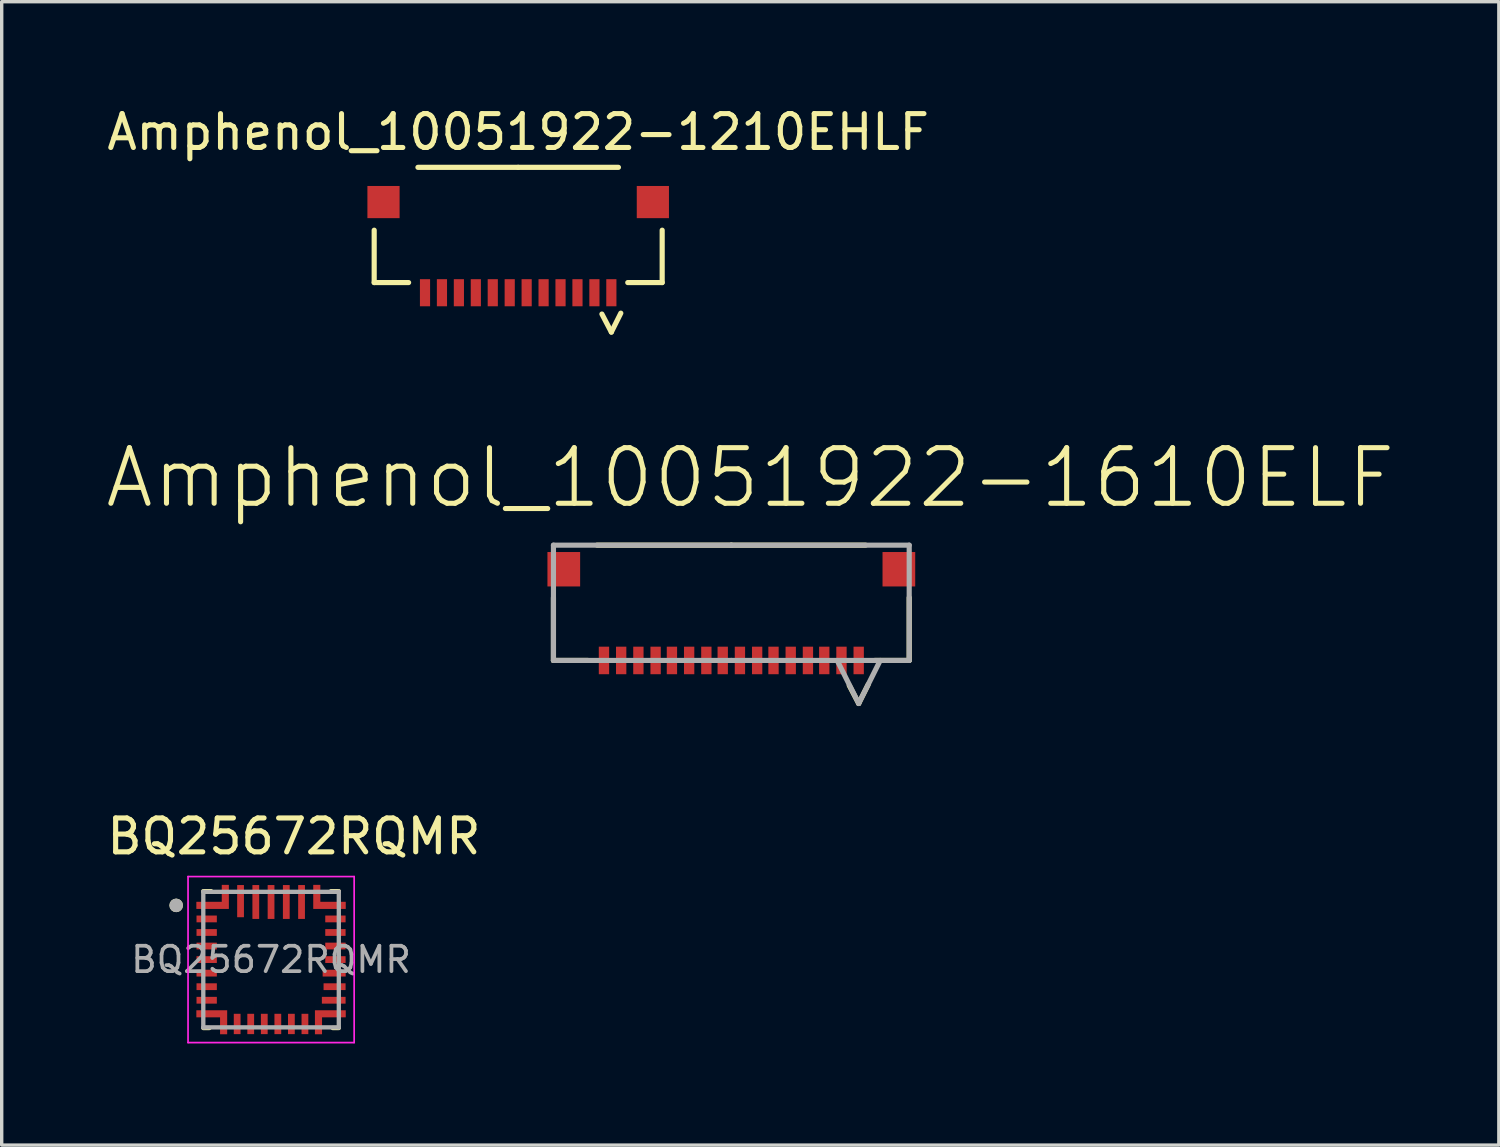
<source format=kicad_pcb>
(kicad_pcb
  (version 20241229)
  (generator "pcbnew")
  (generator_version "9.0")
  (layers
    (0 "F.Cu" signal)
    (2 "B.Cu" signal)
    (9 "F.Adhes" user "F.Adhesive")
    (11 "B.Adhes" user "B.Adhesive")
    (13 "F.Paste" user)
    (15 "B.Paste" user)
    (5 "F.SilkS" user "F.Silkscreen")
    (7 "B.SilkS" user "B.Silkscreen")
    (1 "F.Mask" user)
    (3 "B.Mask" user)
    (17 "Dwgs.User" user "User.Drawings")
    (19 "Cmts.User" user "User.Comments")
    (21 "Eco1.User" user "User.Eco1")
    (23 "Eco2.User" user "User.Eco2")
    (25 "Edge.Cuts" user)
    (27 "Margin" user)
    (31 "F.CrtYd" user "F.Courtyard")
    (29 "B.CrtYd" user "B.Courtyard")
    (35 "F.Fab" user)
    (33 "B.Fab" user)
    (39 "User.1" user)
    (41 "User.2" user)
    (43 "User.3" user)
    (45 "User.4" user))
  (footprint "Amphenol_10051922-1610ELF"
    (layer "F.Cu")
    (at 18.535 14.716)
    (property "Reference" "Amphenol_10051922-1610ELF" (at 0.559 -3.664 0) (layer "F.SilkS") (effects (font (size 1.641 1.641) (thickness 0.15))))
    (attr through_hole)
    (fp_line (start -5.25 1.727) (end -5.25 -0.127) (stroke (width 0.152) (type solid)) (layer "F.SilkS"))
    (fp_line (start -5.25 1.727) (end -4.234 1.727) (stroke (width 0.152) (type solid)) (layer "F.SilkS"))
    (fp_line (start 0 -1.676) (end -3.962 -1.676) (stroke (width 0.152) (type solid)) (layer "F.SilkS"))
    (fp_line (start 3.48 2.464) (end 3.759 2.997) (stroke (width 0.152) (type solid)) (layer "F.SilkS"))
    (fp_line (start 3.962 -1.676) (end 0 -1.676) (stroke (width 0.152) (type solid)) (layer "F.SilkS"))
    (fp_line (start 4.039 2.438) (end 3.759 2.997) (stroke (width 0.152) (type solid)) (layer "F.SilkS"))
    (fp_line (start 4.234 1.727) (end 5.25 1.727) (stroke (width 0.152) (type solid)) (layer "F.SilkS"))
    (fp_line (start 5.25 1.727) (end 5.25 -0.127) (stroke (width 0.152) (type solid)) (layer "F.SilkS"))
    (fp_line (start -5.25 -1.676) (end 0 -1.676) (stroke (width 0.152) (type solid)) (layer "F.Fab"))
    (fp_line (start -5.25 1.727) (end -5.25 -1.676) (stroke (width 0.152) (type solid)) (layer "F.Fab"))
    (fp_line (start -5.25 1.727) (end 0 1.727) (stroke (width 0.152) (type solid)) (layer "F.Fab"))
    (fp_line (start 0 -1.676) (end 5.25 -1.676) (stroke (width 0.152) (type solid)) (layer "F.Fab"))
    (fp_line (start 0 1.727) (end 5.25 1.727) (stroke (width 0.152) (type solid)) (layer "F.Fab"))
    (fp_line (start 3.124 1.727) (end 3.759 2.997) (stroke (width 0.152) (type solid)) (layer "F.Fab"))
    (fp_line (start 4.394 1.727) (end 3.759 2.997) (stroke (width 0.152) (type solid)) (layer "F.Fab"))
    (fp_line (start 5.25 1.727) (end 5.25 -1.676) (stroke (width 0.152) (type solid)) (layer "F.Fab"))
    (pad "1" smd rect (at 3.759 1.727 270) (size 0.813 0.305) (layers "F.Cu" "F.Mask" "F.Paste"))
    (pad "2" smd rect (at 3.251 1.727 270) (size 0.813 0.305) (layers "F.Cu" "F.Mask" "F.Paste"))
    (pad "3" smd rect (at 2.743 1.727 270) (size 0.813 0.305) (layers "F.Cu" "F.Mask" "F.Paste"))
    (pad "4" smd rect (at 2.261 1.727 270) (size 0.813 0.305) (layers "F.Cu" "F.Mask" "F.Paste"))
    (pad "5" smd rect (at 1.753 1.727 270) (size 0.813 0.305) (layers "F.Cu" "F.Mask" "F.Paste"))
    (pad "6" smd rect (at 1.245 1.727 270) (size 0.813 0.305) (layers "F.Cu" "F.Mask" "F.Paste"))
    (pad "7" smd rect (at 0.762 1.727 270) (size 0.813 0.305) (layers "F.Cu" "F.Mask" "F.Paste"))
    (pad "8" smd rect (at 0.254 1.727 270) (size 0.813 0.305) (layers "F.Cu" "F.Mask" "F.Paste"))
    (pad "9" smd rect (at -0.254 1.727 270) (size 0.813 0.305) (layers "F.Cu" "F.Mask" "F.Paste"))
    (pad "10" smd rect (at -0.737 1.727 270) (size 0.813 0.305) (layers "F.Cu" "F.Mask" "F.Paste"))
    (pad "11" smd rect (at -1.245 1.727 270) (size 0.813 0.305) (layers "F.Cu" "F.Mask" "F.Paste"))
    (pad "12" smd rect (at -1.753 1.727 270) (size 0.813 0.305) (layers "F.Cu" "F.Mask" "F.Paste"))
    (pad "13" smd rect (at -2.235 1.727 270) (size 0.813 0.305) (layers "F.Cu" "F.Mask" "F.Paste"))
    (pad "14" smd rect (at -2.743 1.727 270) (size 0.813 0.305) (layers "F.Cu" "F.Mask" "F.Paste"))
    (pad "15" smd rect (at -3.251 1.727 270) (size 0.813 0.305) (layers "F.Cu" "F.Mask" "F.Paste"))
    (pad "16" smd rect (at -3.759 1.727 270) (size 0.813 0.305) (layers "F.Cu" "F.Mask" "F.Paste"))
    (pad "MP" smd rect (at -4.945 -0.965) (size 0.965 1.016) (layers "F.Cu" "F.Mask" "F.Paste"))
    (pad "MP" smd rect (at 4.945 -0.965) (size 0.965 1.016) (layers "F.Cu" "F.Mask" "F.Paste")))
  (footprint "Amphenol_10051922-1210EHLF"
    (layer "F.Cu")
    (at 12.244 4.252)
    (property "Reference" "Amphenol_10051922-1210EHLF" (at 0 -3.404 0) (layer "F.SilkS") (effects (font (size 1 1) (thickness 0.15))))
    (attr smd)
    (fp_line (start -4.25 1.038) (end -4.25 -0.508) (stroke (width 0.152) (type solid)) (layer "F.SilkS"))
    (fp_line (start -4.25 1.038) (end -3.234 1.038) (stroke (width 0.152) (type solid)) (layer "F.SilkS"))
    (fp_line (start 0 -2.363) (end -2.959 -2.363) (stroke (width 0.152) (type solid)) (layer "F.SilkS"))
    (fp_line (start 0 -2.363) (end 2.959 -2.363) (stroke (width 0.152) (type solid)) (layer "F.SilkS"))
    (fp_line (start 2.471 1.967) (end 2.75 2.5) (stroke (width 0.152) (type solid)) (layer "F.SilkS"))
    (fp_line (start 3.029 1.941) (end 2.75 2.5) (stroke (width 0.152) (type solid)) (layer "F.SilkS"))
    (fp_line (start 3.234 1.038) (end 4.25 1.038) (stroke (width 0.152) (type solid)) (layer "F.SilkS"))
    (fp_line (start 4.25 1.038) (end 4.25 -0.508) (stroke (width 0.152) (type solid)) (layer "F.SilkS"))
    (pad "1" smd rect (at 2.75 1.338 180) (size 0.3 0.8) (layers "F.Cu" "F.Mask" "F.Paste"))
    (pad "2" smd rect (at 2.25 1.338 180) (size 0.3 0.8) (layers "F.Cu" "F.Mask" "F.Paste"))
    (pad "3" smd rect (at 1.75 1.338 180) (size 0.3 0.8) (layers "F.Cu" "F.Mask" "F.Paste"))
    (pad "4" smd rect (at 1.25 1.338 180) (size 0.3 0.8) (layers "F.Cu" "F.Mask" "F.Paste"))
    (pad "5" smd rect (at 0.75 1.338 180) (size 0.3 0.8) (layers "F.Cu" "F.Mask" "F.Paste"))
    (pad "6" smd rect (at 0.25 1.338 180) (size 0.3 0.8) (layers "F.Cu" "F.Mask" "F.Paste"))
    (pad "7" smd rect (at -0.25 1.338 180) (size 0.3 0.8) (layers "F.Cu" "F.Mask" "F.Paste"))
    (pad "8" smd rect (at -0.75 1.338 180) (size 0.3 0.8) (layers "F.Cu" "F.Mask" "F.Paste"))
    (pad "9" smd rect (at -1.25 1.338 180) (size 0.3 0.8) (layers "F.Cu" "F.Mask" "F.Paste"))
    (pad "10" smd rect (at -1.75 1.338 180) (size 0.3 0.8) (layers "F.Cu" "F.Mask" "F.Paste"))
    (pad "11" smd rect (at -2.25 1.338 180) (size 0.3 0.8) (layers "F.Cu" "F.Mask" "F.Paste"))
    (pad "12" smd rect (at -2.75 1.338 180) (size 0.3 0.8) (layers "F.Cu" "F.Mask" "F.Paste"))
    (pad "MP" smd rect (at -3.975 -1.338 180) (size 0.95 0.95) (layers "F.Cu" "F.Mask" "F.Paste"))
    (pad "MP" smd rect (at 3.975 -1.338 180) (size 0.95 0.95) (layers "F.Cu" "F.Mask" "F.Paste")))
  (footprint "BQ25672RQMR"
    (layer "F.Cu")
    (at 4.95 25.272)
    (property "Reference" "BQ25672RQMR" (at 0.675 -3.635 0) (layer "F.SilkS") (effects (font (size 1 1) (thickness 0.15))))
    (attr smd)
    (fp_poly (pts (xy -2.25 -1.35) (xy -1.55 -1.35) (xy -1.55 -1.05) (xy -2.25 -1.05)) (stroke (width 0.01) (type solid)) (fill yes) (layer "F.Mask"))
    (fp_poly (pts (xy -2.25 -0.95) (xy -1.55 -0.95) (xy -1.55 -0.65) (xy -2.25 -0.65)) (stroke (width 0.01) (type solid)) (fill yes) (layer "F.Mask"))
    (fp_poly (pts (xy -2.25 -0.55) (xy -1.55 -0.55) (xy -1.55 -0.25) (xy -2.25 -0.25)) (stroke (width 0.01) (type solid)) (fill yes) (layer "F.Mask"))
    (fp_poly (pts (xy -2.25 -0.15) (xy -1.55 -0.15) (xy -1.55 0.15) (xy -2.25 0.15)) (stroke (width 0.01) (type solid)) (fill yes) (layer "F.Mask"))
    (fp_poly (pts (xy -2.25 0.25) (xy -1.55 0.25) (xy -1.55 0.55) (xy -2.25 0.55)) (stroke (width 0.01) (type solid)) (fill yes) (layer "F.Mask"))
    (fp_poly (pts (xy -2.25 0.65) (xy -1.55 0.65) (xy -1.55 0.95) (xy -2.25 0.95)) (stroke (width 0.01) (type solid)) (fill yes) (layer "F.Mask"))
    (fp_poly (pts (xy -2.25 1.05) (xy -1.55 1.05) (xy -1.55 1.35) (xy -2.25 1.35)) (stroke (width 0.01) (type solid)) (fill yes) (layer "F.Mask"))
    (fp_poly (pts (xy -1.15 1.55) (xy -0.85 1.55) (xy -0.85 2.25) (xy -1.15 2.25)) (stroke (width 0.01) (type solid)) (fill yes) (layer "F.Mask"))
    (fp_poly (pts (xy -1.05 -2.25) (xy -0.75 -2.25) (xy -0.75 -1.2) (xy -1.05 -1.2)) (stroke (width 0.01) (type solid)) (fill yes) (layer "F.Mask"))
    (fp_poly (pts (xy -0.75 1.55) (xy -0.45 1.55) (xy -0.45 2.25) (xy -0.75 2.25)) (stroke (width 0.01) (type solid)) (fill yes) (layer "F.Mask"))
    (fp_poly (pts (xy -0.6 -2.25) (xy -0.3 -2.25) (xy -0.3 -1.15) (xy -0.6 -1.15)) (stroke (width 0.01) (type solid)) (fill yes) (layer "F.Mask"))
    (fp_poly (pts (xy -0.35 1.55) (xy -0.05 1.55) (xy -0.05 2.25) (xy -0.35 2.25)) (stroke (width 0.01) (type solid)) (fill yes) (layer "F.Mask"))
    (fp_poly (pts (xy -0.15 -2.25) (xy 0.15 -2.25) (xy 0.15 -1.15) (xy -0.15 -1.15)) (stroke (width 0.01) (type solid)) (fill yes) (layer "F.Mask"))
    (fp_poly (pts (xy 0.05 1.55) (xy 0.35 1.55) (xy 0.35 2.25) (xy 0.05 2.25)) (stroke (width 0.01) (type solid)) (fill yes) (layer "F.Mask"))
    (fp_poly (pts (xy 0.3 -2.25) (xy 0.6 -2.25) (xy 0.6 -1.15) (xy 0.3 -1.15)) (stroke (width 0.01) (type solid)) (fill yes) (layer "F.Mask"))
    (fp_poly (pts (xy 0.45 1.55) (xy 0.75 1.55) (xy 0.75 2.25) (xy 0.45 2.25)) (stroke (width 0.01) (type solid)) (fill yes) (layer "F.Mask"))
    (fp_poly (pts (xy 0.75 -2.25) (xy 1.05 -2.25) (xy 1.05 -1.15) (xy 0.75 -1.15)) (stroke (width 0.01) (type solid)) (fill yes) (layer "F.Mask"))
    (fp_poly (pts (xy 0.85 1.55) (xy 1.15 1.55) (xy 1.15 2.25) (xy 0.85 2.25)) (stroke (width 0.01) (type solid)) (fill yes) (layer "F.Mask"))
    (fp_poly (pts (xy 1.45 1.05) (xy 2.25 1.05) (xy 2.25 1.35) (xy 1.45 1.35)) (stroke (width 0.01) (type solid)) (fill yes) (layer "F.Mask"))
    (fp_poly (pts (xy 1.472 0.25) (xy 2.252 0.25) (xy 2.252 0.55) (xy 1.472 0.55)) (stroke (width 0.01) (type solid)) (fill yes) (layer "F.Mask"))
    (fp_poly (pts (xy 1.5 0.65) (xy 2.25 0.65) (xy 2.25 0.95) (xy 1.5 0.95)) (stroke (width 0.01) (type solid)) (fill yes) (layer "F.Mask"))
    (fp_poly (pts (xy 1.55 -1.35) (xy 2.25 -1.35) (xy 2.25 -1.05) (xy 1.55 -1.05)) (stroke (width 0.01) (type solid)) (fill yes) (layer "F.Mask"))
    (fp_poly (pts (xy 1.55 -0.95) (xy 2.25 -0.95) (xy 2.25 -0.65) (xy 1.55 -0.65)) (stroke (width 0.01) (type solid)) (fill yes) (layer "F.Mask"))
    (fp_poly (pts (xy 1.55 -0.55) (xy 2.25 -0.55) (xy 2.25 -0.25) (xy 1.55 -0.25)) (stroke (width 0.01) (type solid)) (fill yes) (layer "F.Mask"))
    (fp_poly (pts (xy 1.55 -0.15) (xy 2.25 -0.15) (xy 2.25 0.15) (xy 1.55 0.15)) (stroke (width 0.01) (type solid)) (fill yes) (layer "F.Mask"))
    (fp_poly (pts (xy 1.55 -0.15) (xy 2.25 -0.15) (xy 2.25 0.15) (xy 1.55 0.15)) (stroke (width 0.01) (type solid)) (fill yes) (layer "F.Mask"))
    (fp_poly (pts (xy -2.25 -1.75) (xy -1.5 -1.75) (xy -1.5 -2.25) (xy -1.2 -2.25) (xy -1.2 -1.45) (xy -2.25 -1.45)) (stroke (width 0.01) (type solid)) (fill yes) (layer "F.Mask"))
    (fp_poly (pts (xy -2.25 1.45) (xy -1.25 1.45) (xy -1.25 2.25) (xy -1.55 2.25) (xy -1.55 1.75) (xy -2.25 1.75)) (stroke (width 0.01) (type solid)) (fill yes) (layer "F.Mask"))
    (fp_poly (pts (xy 2.25 -1.75) (xy 1.5 -1.75) (xy 1.5 -2.25) (xy 1.2 -2.25) (xy 1.2 -1.45) (xy 2.25 -1.45)) (stroke (width 0.01) (type solid)) (fill yes) (layer "F.Mask"))
    (fp_poly (pts (xy 2.25 1.45) (xy 1.25 1.45) (xy 1.25 2.25) (xy 1.55 2.25) (xy 1.55 1.75) (xy 2.25 1.75)) (stroke (width 0.01) (type solid)) (fill yes) (layer "F.Mask"))
    (fp_line (start -1.82 2.02) (end -2 2.02) (stroke (width 0.127) (type solid)) (layer "F.SilkS"))
    (fp_line (start -1.77 -2.02) (end -2 -2.02) (stroke (width 0.127) (type solid)) (layer "F.SilkS"))
    (fp_line (start 1.77 -2.02) (end 2 -2.02) (stroke (width 0.127) (type solid)) (layer "F.SilkS"))
    (fp_line (start 1.82 2.02) (end 2 2.02) (stroke (width 0.127) (type solid)) (layer "F.SilkS"))
    (fp_circle (center -2.8 -1.6) (end -2.7 -1.6) (stroke (width 0.2) (type solid)) (fill no) (layer "F.SilkS"))
    (fp_poly (pts (xy -2.2 -1.7) (xy -1.45 -1.7) (xy -1.45 -2.2) (xy -1.25 -2.2) (xy -1.25 -1.5) (xy -2.2 -1.5)) (stroke (width 0.01) (type solid)) (fill yes) (layer "F.Paste"))
    (fp_poly (pts (xy -2.2 1.5) (xy -1.3 1.5) (xy -1.3 2.2) (xy -1.5 2.2) (xy -1.5 1.7) (xy -2.2 1.7)) (stroke (width 0.01) (type solid)) (fill yes) (layer "F.Paste"))
    (fp_poly (pts (xy 2.2 -1.7) (xy 1.45 -1.7) (xy 1.45 -2.2) (xy 1.25 -2.2) (xy 1.25 -1.5) (xy 2.2 -1.5)) (stroke (width 0.01) (type solid)) (fill yes) (layer "F.Paste"))
    (fp_poly (pts (xy 2.2 1.5) (xy 1.3 1.5) (xy 1.3 2.2) (xy 1.5 2.2) (xy 1.5 1.7) (xy 2.2 1.7)) (stroke (width 0.01) (type solid)) (fill yes) (layer "F.Paste"))
    (fp_line (start -2.45 -2.45) (end -2.45 2.45) (stroke (width 0.05) (type solid)) (layer "F.CrtYd"))
    (fp_line (start -2.45 2.45) (end 2.453 2.45) (stroke (width 0.05) (type solid)) (layer "F.CrtYd"))
    (fp_line (start 2.453 -2.45) (end -2.45 -2.45) (stroke (width 0.05) (type solid)) (layer "F.CrtYd"))
    (fp_line (start 2.453 2.45) (end 2.453 -2.45) (stroke (width 0.05) (type solid)) (layer "F.CrtYd"))
    (fp_line (start -2 -2) (end 2 -2) (stroke (width 0.127) (type solid)) (layer "F.Fab"))
    (fp_line (start -2 2) (end -2 -2) (stroke (width 0.127) (type solid)) (layer "F.Fab"))
    (fp_line (start 2 -2) (end 2 2) (stroke (width 0.127) (type solid)) (layer "F.Fab"))
    (fp_line (start 2 2) (end -2 2) (stroke (width 0.127) (type solid)) (layer "F.Fab"))
    (fp_circle (center -2.8 -1.6) (end -2.7 -1.6) (stroke (width 0.2) (type solid)) (fill no) (layer "F.Fab"))
    (fp_text user "${REFERENCE}" (at 0 0 0) (layer "F.Fab") (effects (font (size 0.75 0.75) (thickness 0.11))))
    (pad "1" smd custom (at -1.9 -1.6) (size 0.55 0.15) (layers "F.Cu") (options (anchor rect)) (primitives (gr_poly (pts (xy -0.3 -0.1) (xy 0.45 -0.1) (xy 0.45 -0.6) (xy 0.65 -0.6) (xy 0.65 0.1) (xy -0.3 0.1)) (width 0.01) (fill yes))))
    (pad "2" smd rect (at -1.9 -1.2) (size 0.6 0.2) (layers "F.Cu" "F.Paste"))
    (pad "3" smd rect (at -1.9 -0.8) (size 0.6 0.2) (layers "F.Cu" "F.Paste"))
    (pad "4" smd rect (at -1.9 -0.4) (size 0.6 0.2) (layers "F.Cu" "F.Paste"))
    (pad "5" smd rect (at -1.9 0) (size 0.6 0.2) (layers "F.Cu" "F.Paste"))
    (pad "6" smd rect (at -1.9 0.4) (size 0.6 0.2) (layers "F.Cu" "F.Paste"))
    (pad "7" smd rect (at -1.9 0.8) (size 0.6 0.2) (layers "F.Cu" "F.Paste"))
    (pad "8" smd rect (at -1.9 1.2) (size 0.6 0.2) (layers "F.Cu" "F.Paste"))
    (pad "9" smd custom (at -1.9 1.6) (size 0.55 0.15) (layers "F.Cu") (options (anchor rect)) (primitives (gr_poly (pts (xy -0.3 -0.1) (xy 0.6 -0.1) (xy 0.6 0.6) (xy 0.4 0.6) (xy 0.4 0.1) (xy -0.3 0.1)) (width 0.01) (fill yes))))
    (pad "10" smd rect (at -1 1.9) (size 0.2 0.6) (layers "F.Cu" "F.Paste"))
    (pad "11" smd rect (at -0.6 1.9) (size 0.2 0.6) (layers "F.Cu" "F.Paste"))
    (pad "12" smd rect (at -0.2 1.9) (size 0.2 0.6) (layers "F.Cu" "F.Paste"))
    (pad "13" smd rect (at 0.2 1.9) (size 0.2 0.6) (layers "F.Cu" "F.Paste"))
    (pad "14" smd rect (at 0.6 1.9) (size 0.2 0.6) (layers "F.Cu" "F.Paste"))
    (pad "15" smd rect (at 1 1.9) (size 0.2 0.6) (layers "F.Cu" "F.Paste"))
    (pad "16" smd custom (at 1.9 1.6) (size 0.55 0.15) (layers "F.Cu") (options (anchor rect)) (primitives (gr_poly (pts (xy 0.3 -0.1) (xy -0.6 -0.1) (xy -0.6 0.6) (xy -0.4 0.6) (xy -0.4 0.1) (xy 0.3 0.1)) (width 0.01) (fill yes))))
    (pad "17" smd rect (at 1.85 1.2) (size 0.7 0.2) (layers "F.Cu" "F.Paste"))
    (pad "18" smd rect (at 1.875 0.8) (size 0.65 0.2) (layers "F.Cu" "F.Paste"))
    (pad "19" smd rect (at 1.863 0.4) (size 0.68 0.2) (layers "F.Cu" "F.Paste"))
    (pad "20" smd rect (at 1.9 0) (size 0.6 0.2) (layers "F.Cu" "F.Paste"))
    (pad "21" smd rect (at 1.9 -0.4) (size 0.6 0.2) (layers "F.Cu" "F.Paste"))
    (pad "22" smd rect (at 1.9 -0.8) (size 0.6 0.2) (layers "F.Cu" "F.Paste"))
    (pad "23" smd rect (at 1.9 -1.2) (size 0.6 0.2) (layers "F.Cu" "F.Paste"))
    (pad "24" smd custom (at 1.9 -1.6) (size 0.55 0.15) (layers "F.Cu") (options (anchor rect)) (primitives (gr_poly (pts (xy 0.3 -0.1) (xy -0.45 -0.1) (xy -0.45 -0.6) (xy -0.65 -0.6) (xy -0.65 0.1) (xy 0.3 0.1)) (width 0.01) (fill yes))))
    (pad "25" smd rect (at 0.9 -1.7) (size 0.2 1) (layers "F.Cu" "F.Paste"))
    (pad "26" smd rect (at 0.45 -1.7) (size 0.2 1) (layers "F.Cu" "F.Paste"))
    (pad "27" smd rect (at 0 -1.7) (size 0.2 1) (layers "F.Cu" "F.Paste"))
    (pad "28" smd rect (at -0.45 -1.7) (size 0.2 1) (layers "F.Cu" "F.Paste"))
    (pad "29" smd rect (at -0.9 -1.725) (size 0.2 0.95) (layers "F.Cu" "F.Paste")))
  (gr_rect
    (start -3 -3)
    (end 41.188 30.747)
    (stroke (width 0.1) (type default))
    (fill no)
    (layer "Edge.Cuts")))
</source>
